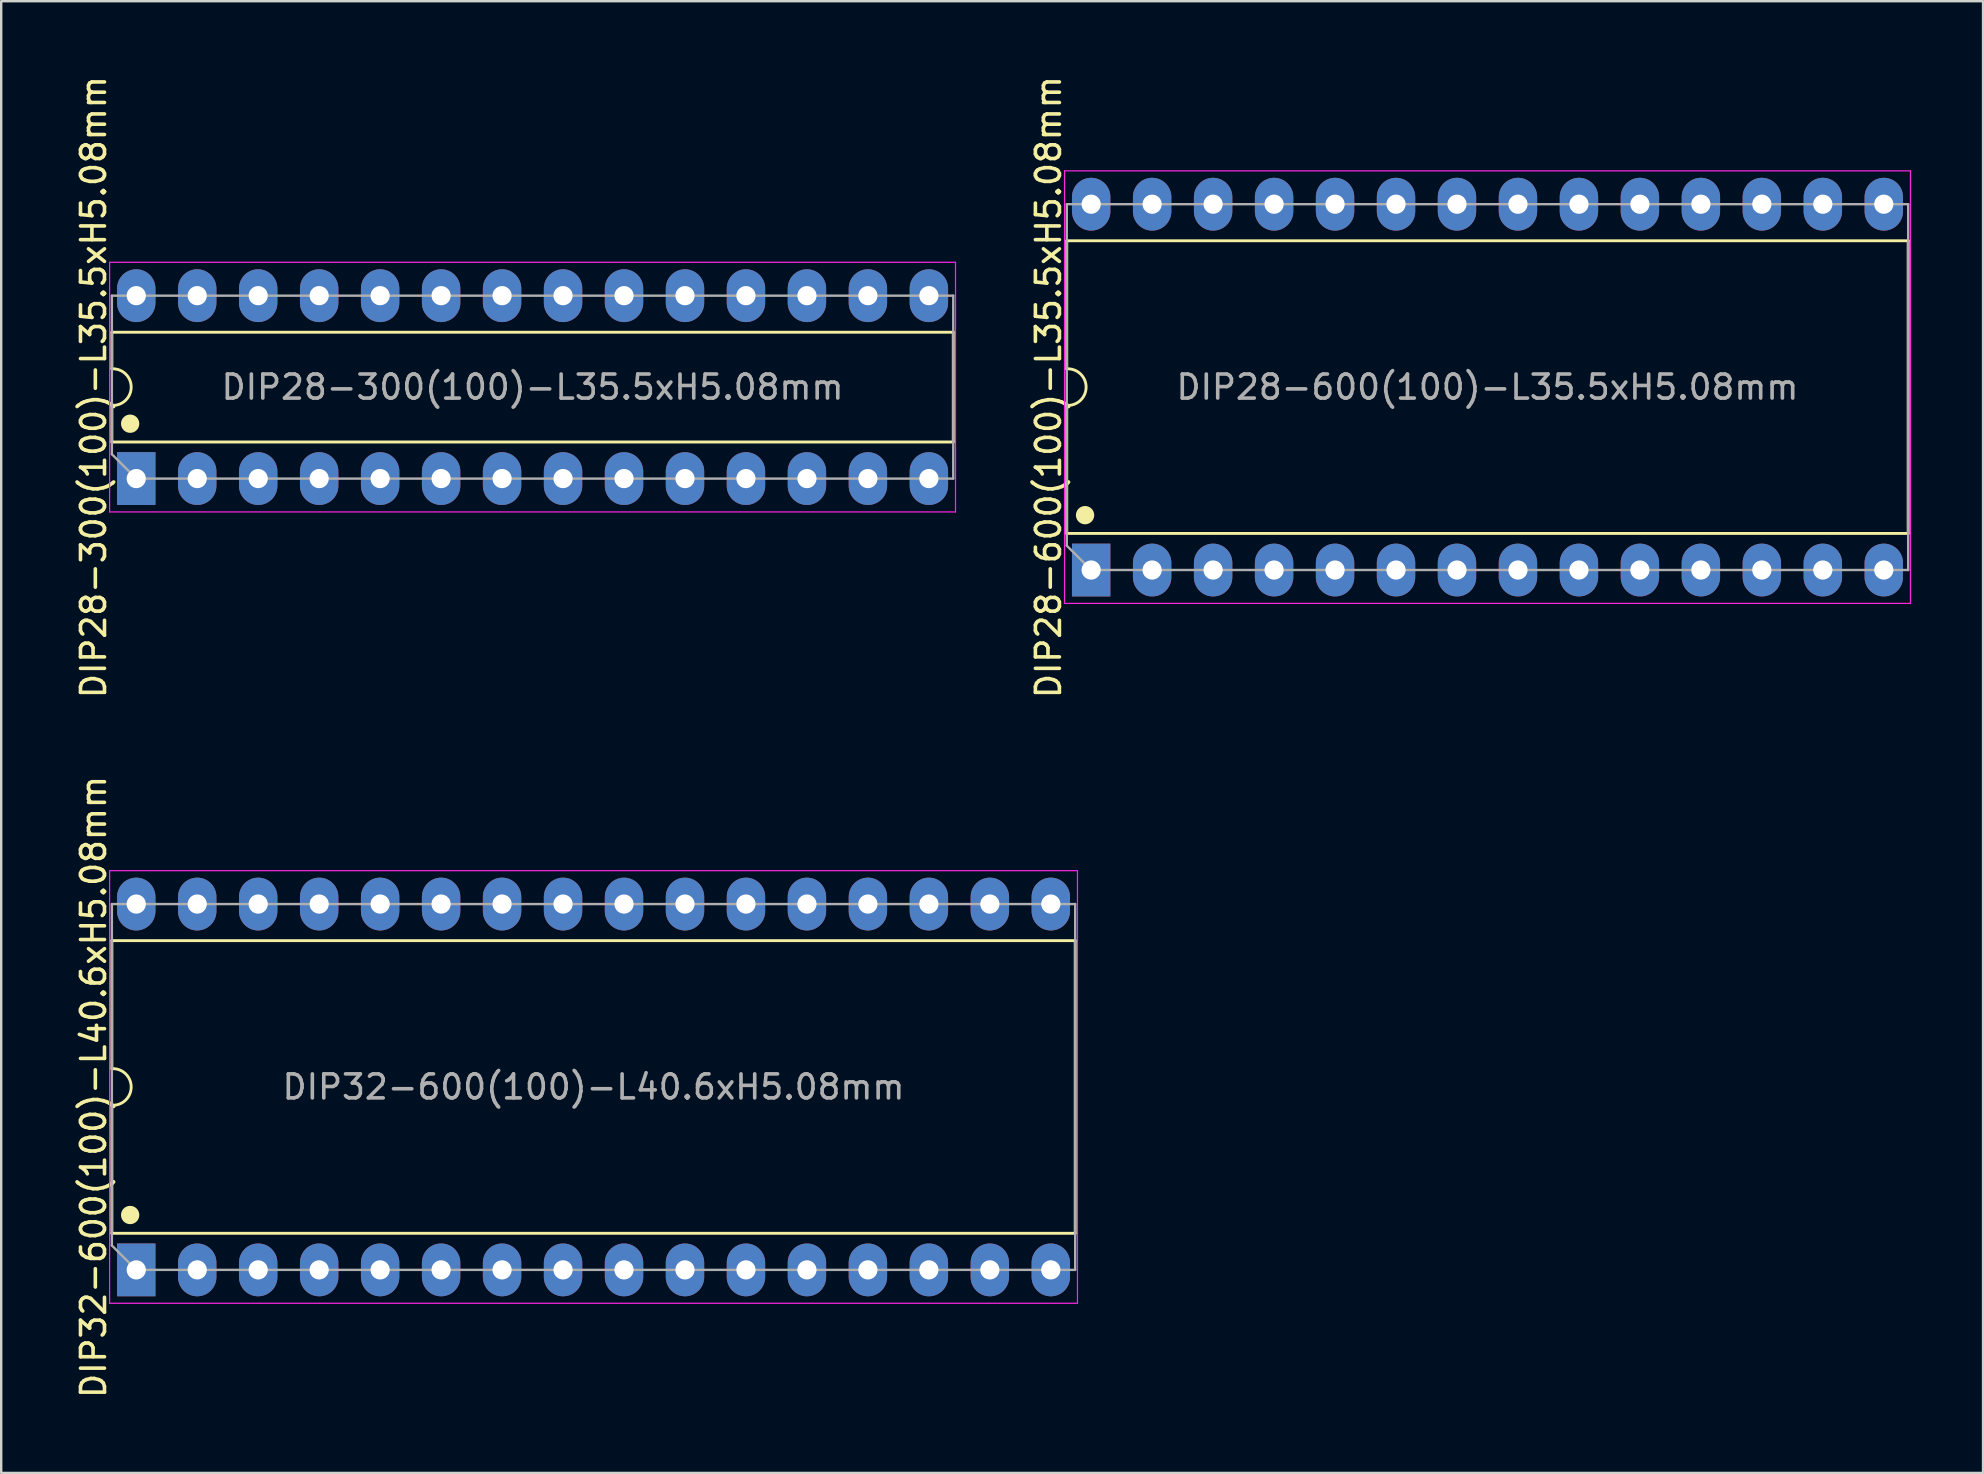
<source format=kicad_pcb>
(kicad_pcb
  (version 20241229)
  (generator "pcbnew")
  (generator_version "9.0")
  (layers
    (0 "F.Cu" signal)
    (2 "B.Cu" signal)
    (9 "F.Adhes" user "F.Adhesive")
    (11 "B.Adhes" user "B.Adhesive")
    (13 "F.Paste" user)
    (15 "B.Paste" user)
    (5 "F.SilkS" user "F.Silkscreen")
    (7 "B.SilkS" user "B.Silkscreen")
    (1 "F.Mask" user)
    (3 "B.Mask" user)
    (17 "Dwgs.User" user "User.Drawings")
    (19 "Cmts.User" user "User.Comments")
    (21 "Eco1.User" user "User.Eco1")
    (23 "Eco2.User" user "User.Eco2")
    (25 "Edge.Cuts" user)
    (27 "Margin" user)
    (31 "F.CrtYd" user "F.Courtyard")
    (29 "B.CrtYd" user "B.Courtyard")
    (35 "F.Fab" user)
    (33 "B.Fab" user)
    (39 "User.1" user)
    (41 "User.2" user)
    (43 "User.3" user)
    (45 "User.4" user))
  (footprint "DIP32-600(100)-L40.6xH5.08mm"
    (layer "F.Cu")
    (at 21.676 42.232)
    (property "Reference" "DIP32-600(100)-L40.6xH5.08mm" (at -20.828 0 90) (layer "F.SilkS") (effects (font (size 1 1) (thickness 0.15))))
    (attr through_hole)
    (fp_line (start -20.066 -6.096) (end -20.066 -0.762) (stroke (width 0.12) (type solid)) (layer "F.SilkS"))
    (fp_line (start -20.066 0.762) (end -20.066 6.096) (stroke (width 0.12) (type solid)) (layer "F.SilkS"))
    (fp_line (start -20.066 6.096) (end 20.066 6.096) (stroke (width 0.12) (type solid)) (layer "F.SilkS"))
    (fp_line (start 20.066 -6.096) (end -20.066 -6.096) (stroke (width 0.12) (type solid)) (layer "F.SilkS"))
    (fp_line (start 20.066 6.096) (end 20.066 -6.096) (stroke (width 0.12) (type solid)) (layer "F.SilkS"))
    (fp_arc (start -20.066 -0.762) (mid -19.260208 0) (end -20.066 0.762) (stroke (width 0.12) (type solid)) (layer "F.SilkS"))
    (fp_circle (center -19.304 5.334) (end -19.113 5.334) (stroke (width 0.381) (type solid)) (fill no) (layer "F.SilkS"))
    (fp_line (start -20.16 -9.01) (end 20.16 -9.01) (stroke (width 0.05) (type solid)) (layer "F.CrtYd"))
    (fp_line (start -20.16 9.01) (end -20.16 -9.01) (stroke (width 0.05) (type solid)) (layer "F.CrtYd"))
    (fp_line (start 20.16 -9.01) (end 20.16 9.01) (stroke (width 0.05) (type solid)) (layer "F.CrtYd"))
    (fp_line (start 20.16 9.01) (end -20.16 9.01) (stroke (width 0.05) (type solid)) (layer "F.CrtYd"))
    (fp_line (start -20.066 -7.62) (end -20.066 6.604) (stroke (width 0.1) (type solid)) (layer "F.Fab"))
    (fp_line (start -19.05 7.62) (end -20.066 6.604) (stroke (width 0.1) (type solid)) (layer "F.Fab"))
    (fp_line (start -19.05 7.62) (end 20.066 7.62) (stroke (width 0.1) (type solid)) (layer "F.Fab"))
    (fp_line (start 20.066 -7.62) (end -20.066 -7.62) (stroke (width 0.1) (type solid)) (layer "F.Fab"))
    (fp_line (start 20.066 7.62) (end 20.066 -7.62) (stroke (width 0.1) (type solid)) (layer "F.Fab"))
    (fp_text user "${REFERENCE}" (at 0 0 0) (layer "F.Fab") (effects (font (size 1 1) (thickness 0.15))))
    (pad "1" thru_hole rect (at -19.05 7.62) (size 1.6 2.2) (drill 0.8) (layers "*.Cu" "*.Mask"))
    (pad "2" thru_hole oval (at -16.51 7.62) (size 1.6 2.2) (drill 0.8) (layers "*.Cu" "*.Mask"))
    (pad "3" thru_hole oval (at -13.97 7.62) (size 1.6 2.2) (drill 0.8) (layers "*.Cu" "*.Mask"))
    (pad "4" thru_hole oval (at -11.43 7.62) (size 1.6 2.2) (drill 0.8) (layers "*.Cu" "*.Mask"))
    (pad "5" thru_hole oval (at -8.89 7.62) (size 1.6 2.2) (drill 0.8) (layers "*.Cu" "*.Mask"))
    (pad "6" thru_hole oval (at -6.35 7.62) (size 1.6 2.2) (drill 0.8) (layers "*.Cu" "*.Mask"))
    (pad "7" thru_hole oval (at -3.81 7.62) (size 1.6 2.2) (drill 0.8) (layers "*.Cu" "*.Mask"))
    (pad "8" thru_hole oval (at -1.27 7.62) (size 1.6 2.2) (drill 0.8) (layers "*.Cu" "*.Mask"))
    (pad "9" thru_hole oval (at 1.27 7.62) (size 1.6 2.2) (drill 0.8) (layers "*.Cu" "*.Mask"))
    (pad "10" thru_hole oval (at 3.81 7.62) (size 1.6 2.2) (drill 0.8) (layers "*.Cu" "*.Mask"))
    (pad "11" thru_hole oval (at 6.35 7.62) (size 1.6 2.2) (drill 0.8) (layers "*.Cu" "*.Mask"))
    (pad "12" thru_hole oval (at 8.89 7.62) (size 1.6 2.2) (drill 0.8) (layers "*.Cu" "*.Mask"))
    (pad "13" thru_hole oval (at 11.43 7.62) (size 1.6 2.2) (drill 0.8) (layers "*.Cu" "*.Mask"))
    (pad "14" thru_hole oval (at 13.97 7.62) (size 1.6 2.2) (drill 0.8) (layers "*.Cu" "*.Mask"))
    (pad "15" thru_hole oval (at 16.51 7.62 180) (size 1.6 2.2) (drill 0.8) (layers "*.Cu" "*.Mask"))
    (pad "16" thru_hole oval (at 19.05 7.62 180) (size 1.6 2.2) (drill 0.8) (layers "*.Cu" "*.Mask"))
    (pad "17" thru_hole oval (at 19.05 -7.62) (size 1.6 2.2) (drill 0.8) (layers "*.Cu" "*.Mask"))
    (pad "18" thru_hole oval (at 16.51 -7.62) (size 1.6 2.2) (drill 0.8) (layers "*.Cu" "*.Mask"))
    (pad "19" thru_hole oval (at 13.97 -7.62) (size 1.6 2.2) (drill 0.8) (layers "*.Cu" "*.Mask"))
    (pad "20" thru_hole oval (at 11.43 -7.62) (size 1.6 2.2) (drill 0.8) (layers "*.Cu" "*.Mask"))
    (pad "21" thru_hole oval (at 8.89 -7.62) (size 1.6 2.2) (drill 0.8) (layers "*.Cu" "*.Mask"))
    (pad "22" thru_hole oval (at 6.35 -7.62) (size 1.6 2.2) (drill 0.8) (layers "*.Cu" "*.Mask"))
    (pad "23" thru_hole oval (at 3.81 -7.62) (size 1.6 2.2) (drill 0.8) (layers "*.Cu" "*.Mask"))
    (pad "24" thru_hole oval (at 1.27 -7.62) (size 1.6 2.2) (drill 0.8) (layers "*.Cu" "*.Mask"))
    (pad "25" thru_hole oval (at -1.27 -7.62) (size 1.6 2.2) (drill 0.8) (layers "*.Cu" "*.Mask"))
    (pad "26" thru_hole oval (at -3.81 -7.62) (size 1.6 2.2) (drill 0.8) (layers "*.Cu" "*.Mask"))
    (pad "27" thru_hole oval (at -6.35 -7.62) (size 1.6 2.2) (drill 0.8) (layers "*.Cu" "*.Mask"))
    (pad "28" thru_hole oval (at -8.89 -7.62) (size 1.6 2.2) (drill 0.8) (layers "*.Cu" "*.Mask"))
    (pad "29" thru_hole oval (at -11.43 -7.62) (size 1.6 2.2) (drill 0.8) (layers "*.Cu" "*.Mask"))
    (pad "30" thru_hole oval (at -13.97 -7.62) (size 1.6 2.2) (drill 0.8) (layers "*.Cu" "*.Mask"))
    (pad "31" thru_hole oval (at -16.51 -7.62) (size 1.6 2.2) (drill 0.8) (layers "*.Cu" "*.Mask"))
    (pad "32" thru_hole oval (at -19.05 -7.62) (size 1.6 2.2) (drill 0.8) (layers "*.Cu" "*.Mask")))
  (footprint "DIP28-600(100)-L35.5xH5.08mm"
    (layer "F.Cu")
    (at 58.917 13.077)
    (property "Reference" "DIP28-600(100)-L35.5xH5.08mm" (at -18.288 0 90) (layer "F.SilkS") (effects (font (size 1 1) (thickness 0.15))))
    (attr through_hole)
    (fp_line (start -17.526 -6.096) (end -17.526 -0.762) (stroke (width 0.12) (type solid)) (layer "F.SilkS"))
    (fp_line (start -17.526 0.762) (end -17.526 6.096) (stroke (width 0.12) (type solid)) (layer "F.SilkS"))
    (fp_line (start -17.526 6.096) (end 17.526 6.096) (stroke (width 0.12) (type solid)) (layer "F.SilkS"))
    (fp_line (start 17.526 -6.096) (end -17.526 -6.096) (stroke (width 0.12) (type solid)) (layer "F.SilkS"))
    (fp_line (start 17.526 6.096) (end 17.526 -6.096) (stroke (width 0.12) (type solid)) (layer "F.SilkS"))
    (fp_arc (start -17.526 -0.762) (mid -16.720208 0) (end -17.526 0.762) (stroke (width 0.12) (type solid)) (layer "F.SilkS"))
    (fp_circle (center -16.764 5.334) (end -16.573 5.334) (stroke (width 0.381) (type solid)) (fill no) (layer "F.SilkS"))
    (fp_line (start -17.62 -9.01) (end 17.62 -9.01) (stroke (width 0.05) (type solid)) (layer "F.CrtYd"))
    (fp_line (start -17.62 9.01) (end -17.62 -9.01) (stroke (width 0.05) (type solid)) (layer "F.CrtYd"))
    (fp_line (start 17.62 -9.01) (end 17.62 9.01) (stroke (width 0.05) (type solid)) (layer "F.CrtYd"))
    (fp_line (start 17.62 9.01) (end -17.62 9.01) (stroke (width 0.05) (type solid)) (layer "F.CrtYd"))
    (fp_line (start -17.526 -7.62) (end -17.526 6.604) (stroke (width 0.1) (type solid)) (layer "F.Fab"))
    (fp_line (start -16.51 7.62) (end -17.526 6.604) (stroke (width 0.1) (type solid)) (layer "F.Fab"))
    (fp_line (start -16.51 7.62) (end 17.526 7.62) (stroke (width 0.1) (type solid)) (layer "F.Fab"))
    (fp_line (start 17.526 -7.62) (end -17.526 -7.62) (stroke (width 0.1) (type solid)) (layer "F.Fab"))
    (fp_line (start 17.526 7.62) (end 17.526 -7.62) (stroke (width 0.1) (type solid)) (layer "F.Fab"))
    (fp_text user "${REFERENCE}" (at 0 0 0) (layer "F.Fab") (effects (font (size 1 1) (thickness 0.15))))
    (pad "1" thru_hole rect (at -16.51 7.62) (size 1.6 2.2) (drill 0.8) (layers "*.Cu" "*.Mask"))
    (pad "2" thru_hole oval (at -13.97 7.62) (size 1.6 2.2) (drill 0.8) (layers "*.Cu" "*.Mask"))
    (pad "3" thru_hole oval (at -11.43 7.62) (size 1.6 2.2) (drill 0.8) (layers "*.Cu" "*.Mask"))
    (pad "4" thru_hole oval (at -8.89 7.62) (size 1.6 2.2) (drill 0.8) (layers "*.Cu" "*.Mask"))
    (pad "5" thru_hole oval (at -6.35 7.62) (size 1.6 2.2) (drill 0.8) (layers "*.Cu" "*.Mask"))
    (pad "6" thru_hole oval (at -3.81 7.62) (size 1.6 2.2) (drill 0.8) (layers "*.Cu" "*.Mask"))
    (pad "7" thru_hole oval (at -1.27 7.62) (size 1.6 2.2) (drill 0.8) (layers "*.Cu" "*.Mask"))
    (pad "8" thru_hole oval (at 1.27 7.62) (size 1.6 2.2) (drill 0.8) (layers "*.Cu" "*.Mask"))
    (pad "9" thru_hole oval (at 3.81 7.62) (size 1.6 2.2) (drill 0.8) (layers "*.Cu" "*.Mask"))
    (pad "10" thru_hole oval (at 6.35 7.62) (size 1.6 2.2) (drill 0.8) (layers "*.Cu" "*.Mask"))
    (pad "11" thru_hole oval (at 8.89 7.62) (size 1.6 2.2) (drill 0.8) (layers "*.Cu" "*.Mask"))
    (pad "12" thru_hole oval (at 11.43 7.62) (size 1.6 2.2) (drill 0.8) (layers "*.Cu" "*.Mask"))
    (pad "13" thru_hole oval (at 13.97 7.62) (size 1.6 2.2) (drill 0.8) (layers "*.Cu" "*.Mask"))
    (pad "14" thru_hole oval (at 16.51 7.62) (size 1.6 2.2) (drill 0.8) (layers "*.Cu" "*.Mask"))
    (pad "15" thru_hole oval (at 16.51 -7.62) (size 1.6 2.2) (drill 0.8) (layers "*.Cu" "*.Mask"))
    (pad "16" thru_hole oval (at 13.97 -7.62) (size 1.6 2.2) (drill 0.8) (layers "*.Cu" "*.Mask"))
    (pad "17" thru_hole oval (at 11.43 -7.62) (size 1.6 2.2) (drill 0.8) (layers "*.Cu" "*.Mask"))
    (pad "18" thru_hole oval (at 8.89 -7.62) (size 1.6 2.2) (drill 0.8) (layers "*.Cu" "*.Mask"))
    (pad "19" thru_hole oval (at 6.35 -7.62) (size 1.6 2.2) (drill 0.8) (layers "*.Cu" "*.Mask"))
    (pad "20" thru_hole oval (at 3.81 -7.62) (size 1.6 2.2) (drill 0.8) (layers "*.Cu" "*.Mask"))
    (pad "21" thru_hole oval (at 1.27 -7.62) (size 1.6 2.2) (drill 0.8) (layers "*.Cu" "*.Mask"))
    (pad "22" thru_hole oval (at -1.27 -7.62) (size 1.6 2.2) (drill 0.8) (layers "*.Cu" "*.Mask"))
    (pad "23" thru_hole oval (at -3.81 -7.62) (size 1.6 2.2) (drill 0.8) (layers "*.Cu" "*.Mask"))
    (pad "24" thru_hole oval (at -6.35 -7.62) (size 1.6 2.2) (drill 0.8) (layers "*.Cu" "*.Mask"))
    (pad "25" thru_hole oval (at -8.89 -7.62) (size 1.6 2.2) (drill 0.8) (layers "*.Cu" "*.Mask"))
    (pad "26" thru_hole oval (at -11.43 -7.62) (size 1.6 2.2) (drill 0.8) (layers "*.Cu" "*.Mask"))
    (pad "27" thru_hole oval (at -13.97 -7.62) (size 1.6 2.2) (drill 0.8) (layers "*.Cu" "*.Mask"))
    (pad "28" thru_hole oval (at -16.51 -7.62) (size 1.6 2.2) (drill 0.8) (layers "*.Cu" "*.Mask")))
  (footprint "DIP28-300(100)-L35.5xH5.08mm"
    (layer "F.Cu")
    (at 19.136 13.077)
    (property "Reference" "DIP28-300(100)-L35.5xH5.08mm" (at -18.288 0 90) (layer "F.SilkS") (effects (font (size 1 1) (thickness 0.15))))
    (attr through_hole)
    (fp_line (start -17.526 -2.286) (end -17.526 -0.762) (stroke (width 0.12) (type solid)) (layer "F.SilkS"))
    (fp_line (start -17.526 0.762) (end -17.526 2.286) (stroke (width 0.12) (type solid)) (layer "F.SilkS"))
    (fp_line (start -17.526 2.286) (end 17.526 2.286) (stroke (width 0.12) (type solid)) (layer "F.SilkS"))
    (fp_line (start 17.526 -2.286) (end -17.526 -2.286) (stroke (width 0.12) (type solid)) (layer "F.SilkS"))
    (fp_line (start 17.526 2.286) (end 17.526 -2.286) (stroke (width 0.12) (type solid)) (layer "F.SilkS"))
    (fp_arc (start -17.526 -0.762) (mid -16.720208 0) (end -17.526 0.762) (stroke (width 0.12) (type solid)) (layer "F.SilkS"))
    (fp_circle (center -16.764 1.524) (end -16.573 1.524) (stroke (width 0.381) (type solid)) (fill no) (layer "F.SilkS"))
    (fp_line (start -17.62 -5.2) (end 17.62 -5.2) (stroke (width 0.05) (type solid)) (layer "F.CrtYd"))
    (fp_line (start -17.62 5.2) (end -17.62 -5.2) (stroke (width 0.05) (type solid)) (layer "F.CrtYd"))
    (fp_line (start 17.62 -5.2) (end 17.62 5.2) (stroke (width 0.05) (type solid)) (layer "F.CrtYd"))
    (fp_line (start 17.62 5.2) (end -17.62 5.2) (stroke (width 0.05) (type solid)) (layer "F.CrtYd"))
    (fp_line (start -17.526 -3.81) (end -17.526 2.794) (stroke (width 0.1) (type solid)) (layer "F.Fab"))
    (fp_line (start -16.51 3.81) (end -17.526 2.794) (stroke (width 0.1) (type solid)) (layer "F.Fab"))
    (fp_line (start -16.51 3.81) (end 17.526 3.81) (stroke (width 0.1) (type solid)) (layer "F.Fab"))
    (fp_line (start 17.526 -3.81) (end -17.526 -3.81) (stroke (width 0.1) (type solid)) (layer "F.Fab"))
    (fp_line (start 17.526 3.81) (end 17.526 -3.81) (stroke (width 0.1) (type solid)) (layer "F.Fab"))
    (fp_text user "${REFERENCE}" (at 0 0 0) (layer "F.Fab") (effects (font (size 1 1) (thickness 0.15))))
    (pad "1" thru_hole rect (at -16.51 3.81) (size 1.6 2.2) (drill 0.8) (layers "*.Cu" "*.Mask"))
    (pad "2" thru_hole oval (at -13.97 3.81) (size 1.6 2.2) (drill 0.8) (layers "*.Cu" "*.Mask"))
    (pad "3" thru_hole oval (at -11.43 3.81) (size 1.6 2.2) (drill 0.8) (layers "*.Cu" "*.Mask"))
    (pad "4" thru_hole oval (at -8.89 3.81) (size 1.6 2.2) (drill 0.8) (layers "*.Cu" "*.Mask"))
    (pad "5" thru_hole oval (at -6.35 3.81) (size 1.6 2.2) (drill 0.8) (layers "*.Cu" "*.Mask"))
    (pad "6" thru_hole oval (at -3.81 3.81) (size 1.6 2.2) (drill 0.8) (layers "*.Cu" "*.Mask"))
    (pad "7" thru_hole oval (at -1.27 3.81) (size 1.6 2.2) (drill 0.8) (layers "*.Cu" "*.Mask"))
    (pad "8" thru_hole oval (at 1.27 3.81) (size 1.6 2.2) (drill 0.8) (layers "*.Cu" "*.Mask"))
    (pad "9" thru_hole oval (at 3.81 3.81) (size 1.6 2.2) (drill 0.8) (layers "*.Cu" "*.Mask"))
    (pad "10" thru_hole oval (at 6.35 3.81) (size 1.6 2.2) (drill 0.8) (layers "*.Cu" "*.Mask"))
    (pad "11" thru_hole oval (at 8.89 3.81) (size 1.6 2.2) (drill 0.8) (layers "*.Cu" "*.Mask"))
    (pad "12" thru_hole oval (at 11.43 3.81) (size 1.6 2.2) (drill 0.8) (layers "*.Cu" "*.Mask"))
    (pad "13" thru_hole oval (at 13.97 3.81) (size 1.6 2.2) (drill 0.8) (layers "*.Cu" "*.Mask"))
    (pad "14" thru_hole oval (at 16.51 3.81) (size 1.6 2.2) (drill 0.8) (layers "*.Cu" "*.Mask"))
    (pad "15" thru_hole oval (at 16.51 -3.81) (size 1.6 2.2) (drill 0.8) (layers "*.Cu" "*.Mask"))
    (pad "16" thru_hole oval (at 13.97 -3.81) (size 1.6 2.2) (drill 0.8) (layers "*.Cu" "*.Mask"))
    (pad "17" thru_hole oval (at 11.43 -3.81) (size 1.6 2.2) (drill 0.8) (layers "*.Cu" "*.Mask"))
    (pad "18" thru_hole oval (at 8.89 -3.81) (size 1.6 2.2) (drill 0.8) (layers "*.Cu" "*.Mask"))
    (pad "19" thru_hole oval (at 6.35 -3.81) (size 1.6 2.2) (drill 0.8) (layers "*.Cu" "*.Mask"))
    (pad "20" thru_hole oval (at 3.81 -3.81) (size 1.6 2.2) (drill 0.8) (layers "*.Cu" "*.Mask"))
    (pad "21" thru_hole oval (at 1.27 -3.81) (size 1.6 2.2) (drill 0.8) (layers "*.Cu" "*.Mask"))
    (pad "22" thru_hole oval (at -1.27 -3.81) (size 1.6 2.2) (drill 0.8) (layers "*.Cu" "*.Mask"))
    (pad "23" thru_hole oval (at -3.81 -3.81) (size 1.6 2.2) (drill 0.8) (layers "*.Cu" "*.Mask"))
    (pad "24" thru_hole oval (at -6.35 -3.81) (size 1.6 2.2) (drill 0.8) (layers "*.Cu" "*.Mask"))
    (pad "25" thru_hole oval (at -8.89 -3.81) (size 1.6 2.2) (drill 0.8) (layers "*.Cu" "*.Mask"))
    (pad "26" thru_hole oval (at -11.43 -3.81) (size 1.6 2.2) (drill 0.8) (layers "*.Cu" "*.Mask"))
    (pad "27" thru_hole oval (at -13.97 -3.81) (size 1.6 2.2) (drill 0.8) (layers "*.Cu" "*.Mask"))
    (pad "28" thru_hole oval (at -16.51 -3.81) (size 1.6 2.2) (drill 0.8) (layers "*.Cu" "*.Mask")))
  (gr_rect
    (start -3 -3)
    (end 79.562 58.31)
    (stroke (width 0.1) (type default))
    (fill no)
    (layer "Edge.Cuts")))
</source>
